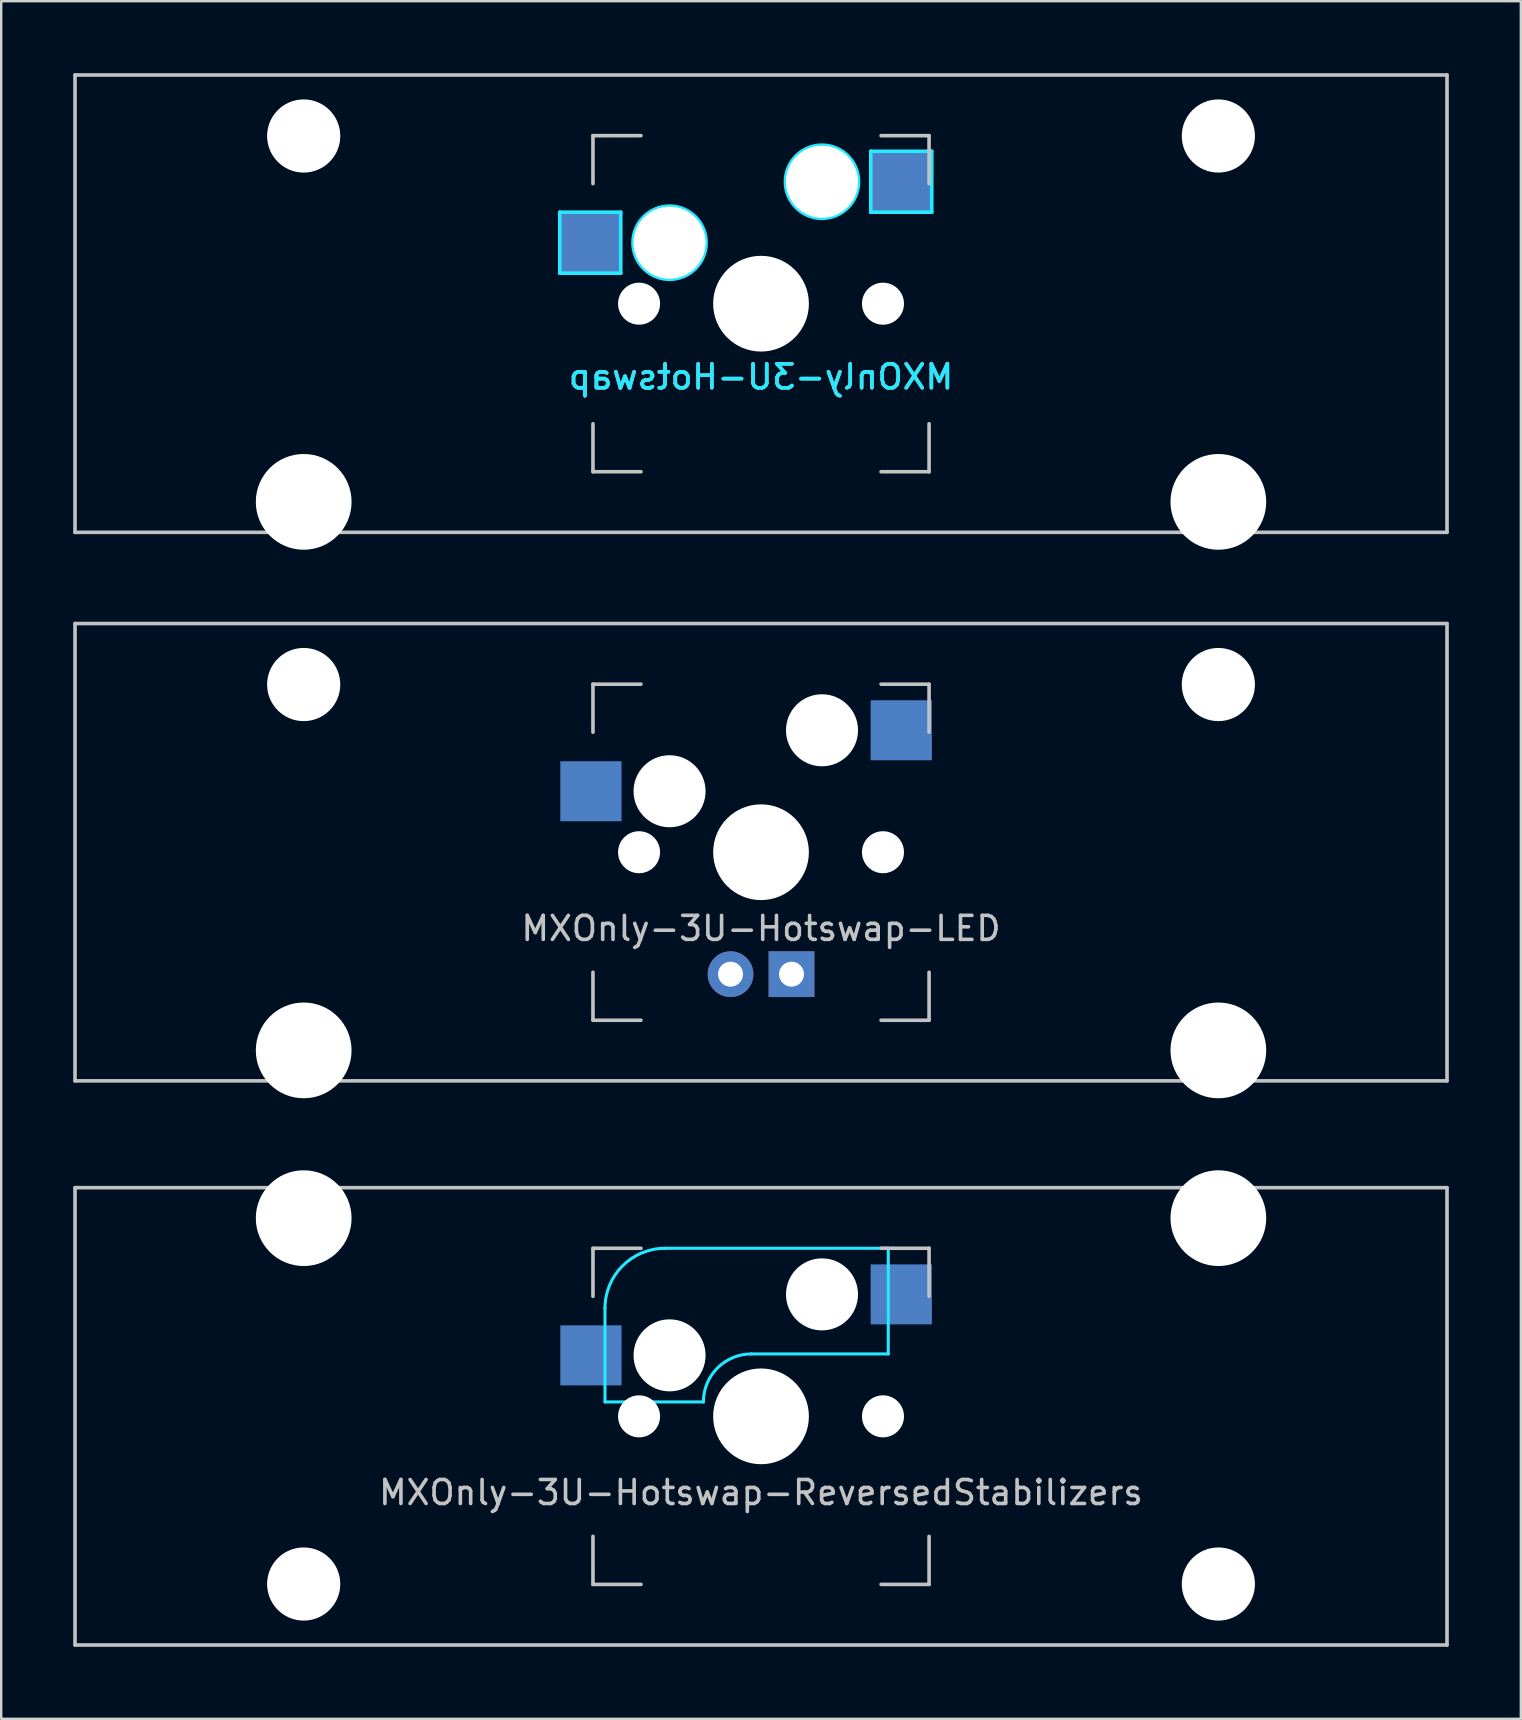
<source format=kicad_pcb>
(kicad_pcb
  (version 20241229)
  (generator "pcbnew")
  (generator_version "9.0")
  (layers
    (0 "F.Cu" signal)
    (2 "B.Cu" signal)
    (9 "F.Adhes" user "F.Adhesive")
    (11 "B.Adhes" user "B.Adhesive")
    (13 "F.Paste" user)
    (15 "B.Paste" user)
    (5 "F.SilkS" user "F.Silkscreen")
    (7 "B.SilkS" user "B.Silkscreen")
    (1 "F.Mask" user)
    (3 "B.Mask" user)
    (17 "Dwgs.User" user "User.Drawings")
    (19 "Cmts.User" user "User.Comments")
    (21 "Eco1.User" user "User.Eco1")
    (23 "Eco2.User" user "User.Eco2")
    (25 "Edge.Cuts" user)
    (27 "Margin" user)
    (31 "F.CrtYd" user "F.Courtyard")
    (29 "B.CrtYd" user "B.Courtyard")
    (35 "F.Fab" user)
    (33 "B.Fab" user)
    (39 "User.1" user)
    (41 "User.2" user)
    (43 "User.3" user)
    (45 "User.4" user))
  (footprint "MXOnly-3U-Hotswap-LED"
    (layer "F.Cu")
    (at 28.65 32.449)
    (property "Reference" "MXOnly-3U-Hotswap-LED" (at 0 3.175 0) (layer "Dwgs.User") (effects (font (size 1 1) (thickness 0.15))))
    (attr through_hole)
    (fp_line (start -28.575 -9.525) (end 28.575 -9.525) (stroke (width 0.15) (type solid)) (layer "Dwgs.User"))
    (fp_line (start -28.575 9.525) (end -28.575 -9.525) (stroke (width 0.15) (type solid)) (layer "Dwgs.User"))
    (fp_line (start -28.575 9.525) (end 28.575 9.525) (stroke (width 0.15) (type solid)) (layer "Dwgs.User"))
    (fp_line (start -7 -7) (end -7 -5) (stroke (width 0.15) (type solid)) (layer "Dwgs.User"))
    (fp_line (start -7 5) (end -7 7) (stroke (width 0.15) (type solid)) (layer "Dwgs.User"))
    (fp_line (start -7 7) (end -5 7) (stroke (width 0.15) (type solid)) (layer "Dwgs.User"))
    (fp_line (start -5 -7) (end -7 -7) (stroke (width 0.15) (type solid)) (layer "Dwgs.User"))
    (fp_line (start 5 -7) (end 7 -7) (stroke (width 0.15) (type solid)) (layer "Dwgs.User"))
    (fp_line (start 5 7) (end 7 7) (stroke (width 0.15) (type solid)) (layer "Dwgs.User"))
    (fp_line (start 7 -7) (end 7 -5) (stroke (width 0.15) (type solid)) (layer "Dwgs.User"))
    (fp_line (start 7 7) (end 7 5) (stroke (width 0.15) (type solid)) (layer "Dwgs.User"))
    (fp_line (start 28.575 -9.525) (end 28.575 9.525) (stroke (width 0.15) (type solid)) (layer "Dwgs.User"))
    (pad "" np_thru_hole circle (at -19.05 -6.985) (size 3.048 3.048) (drill 3.048) (layers "*.Cu" "*.Mask"))
    (pad "" np_thru_hole circle (at -19.05 8.255) (size 3.988 3.988) (drill 3.988) (layers "*.Cu" "*.Mask"))
    (pad "" np_thru_hole circle (at -5.08 0 48.1) (size 1.75 1.75) (drill 1.75) (layers "*.Cu" "*.Mask"))
    (pad "" np_thru_hole circle (at -3.81 -2.54) (size 3 3) (drill 3) (layers "*.Cu" "*.Mask"))
    (pad "" np_thru_hole circle (at 0 0) (size 3.988 3.988) (drill 3.988) (layers "*.Cu" "*.Mask"))
    (pad "" np_thru_hole circle (at 2.54 -5.08) (size 3 3) (drill 3) (layers "*.Cu" "*.Mask"))
    (pad "" np_thru_hole circle (at 5.08 0 48.1) (size 1.75 1.75) (drill 1.75) (layers "*.Cu" "*.Mask"))
    (pad "" np_thru_hole circle (at 19.05 -6.985) (size 3.048 3.048) (drill 3.048) (layers "*.Cu" "*.Mask"))
    (pad "" np_thru_hole circle (at 19.05 8.255) (size 3.988 3.988) (drill 3.988) (layers "*.Cu" "*.Mask"))
    (pad "1" smd rect (at -7.085 -2.54) (size 2.55 2.5) (layers "B.Cu" "B.Mask" "B.Paste"))
    (pad "2" smd rect (at 5.842 -5.08) (size 2.55 2.5) (layers "B.Cu" "B.Mask" "B.Paste"))
    (pad "3" thru_hole circle (at -1.27 5.08) (size 1.905 1.905) (drill 1.04) (layers "*.Cu" "B.Mask"))
    (pad "4" thru_hole rect (at 1.27 5.08) (size 1.905 1.905) (drill 1.04) (layers "*.Cu" "B.Mask")))
  (footprint "MXOnly-3U-Hotswap-ReversedStabilizers"
    (layer "F.Cu")
    (at 28.65 55.947)
    (property "Reference" "MXOnly-3U-Hotswap-ReversedStabilizers" (at 0 3.175 0) (layer "Dwgs.User") (effects (font (size 1 1) (thickness 0.15))))
    (attr through_hole)
    (fp_line (start -28.575 -9.525) (end 28.575 -9.525) (stroke (width 0.15) (type solid)) (layer "Dwgs.User"))
    (fp_line (start -28.575 9.525) (end -28.575 -9.525) (stroke (width 0.15) (type solid)) (layer "Dwgs.User"))
    (fp_line (start -28.575 9.525) (end 28.575 9.525) (stroke (width 0.15) (type solid)) (layer "Dwgs.User"))
    (fp_line (start -7 -7) (end -7 -5) (stroke (width 0.15) (type solid)) (layer "Dwgs.User"))
    (fp_line (start -7 5) (end -7 7) (stroke (width 0.15) (type solid)) (layer "Dwgs.User"))
    (fp_line (start -7 7) (end -5 7) (stroke (width 0.15) (type solid)) (layer "Dwgs.User"))
    (fp_line (start -5 -7) (end -7 -7) (stroke (width 0.15) (type solid)) (layer "Dwgs.User"))
    (fp_line (start 5 -7) (end 7 -7) (stroke (width 0.15) (type solid)) (layer "Dwgs.User"))
    (fp_line (start 5 7) (end 7 7) (stroke (width 0.15) (type solid)) (layer "Dwgs.User"))
    (fp_line (start 7 -7) (end 7 -5) (stroke (width 0.15) (type solid)) (layer "Dwgs.User"))
    (fp_line (start 7 7) (end 7 5) (stroke (width 0.15) (type solid)) (layer "Dwgs.User"))
    (fp_line (start 28.575 -9.525) (end 28.575 9.525) (stroke (width 0.15) (type solid)) (layer "Dwgs.User"))
    (fp_line (start -6.5 -4.5) (end -6.5 -0.6) (stroke (width 0.127) (type solid)) (layer "B.CrtYd"))
    (fp_line (start -6.5 -0.6) (end -2.4 -0.6) (stroke (width 0.127) (type solid)) (layer "B.CrtYd"))
    (fp_line (start -0.4 -2.6) (end 5.3 -2.6) (stroke (width 0.127) (type solid)) (layer "B.CrtYd"))
    (fp_line (start 5.3 -7) (end -4 -7) (stroke (width 0.127) (type solid)) (layer "B.CrtYd"))
    (fp_line (start 5.3 -7) (end 5.3 -2.6) (stroke (width 0.127) (type solid)) (layer "B.CrtYd"))
    (fp_arc (start -6.5 -4.5) (mid -5.767767 -6.267767) (end -4 -7) (stroke (width 0.127) (type solid)) (layer "B.CrtYd"))
    (fp_arc (start -2.4 -0.6) (mid -1.814214 -2.014214) (end -0.4 -2.6) (stroke (width 0.127) (type solid)) (layer "B.CrtYd"))
    (pad "" np_thru_hole circle (at -19.05 -8.255) (size 3.988 3.988) (drill 3.988) (layers "*.Cu" "*.Mask"))
    (pad "" np_thru_hole circle (at -19.05 6.985) (size 3.048 3.048) (drill 3.048) (layers "*.Cu" "*.Mask"))
    (pad "" np_thru_hole circle (at -5.08 0 48.1) (size 1.75 1.75) (drill 1.75) (layers "*.Cu" "*.Mask"))
    (pad "" np_thru_hole circle (at -3.81 -2.54) (size 3 3) (drill 3) (layers "*.Cu" "*.Mask"))
    (pad "" np_thru_hole circle (at 0 0) (size 3.988 3.988) (drill 3.988) (layers "*.Cu" "*.Mask"))
    (pad "" np_thru_hole circle (at 2.54 -5.08) (size 3 3) (drill 3) (layers "*.Cu" "*.Mask"))
    (pad "" np_thru_hole circle (at 5.08 0 48.1) (size 1.75 1.75) (drill 1.75) (layers "*.Cu" "*.Mask"))
    (pad "" np_thru_hole circle (at 19.05 -8.255) (size 3.988 3.988) (drill 3.988) (layers "*.Cu" "*.Mask"))
    (pad "" np_thru_hole circle (at 19.05 6.985) (size 3.048 3.048) (drill 3.048) (layers "*.Cu" "*.Mask"))
    (pad "1" smd rect (at -7.085 -2.54) (size 2.55 2.5) (layers "B.Cu" "B.Mask" "B.Paste"))
    (pad "2" smd rect (at 5.842 -5.08) (size 2.55 2.5) (layers "B.Cu" "B.Mask" "B.Paste")))
  (footprint "MXOnly-3U-Hotswap"
    (layer "F.Cu")
    (at 28.65 9.6)
    (property "Reference" "MXOnly-3U-Hotswap" (at 0 3.048 0) (layer "B.CrtYd") (effects (font (size 1 1) (thickness 0.15)) (justify mirror)))
    (attr smd)
    (fp_line (start -28.575 9.525) (end -28.575 -9.525) (stroke (width 0.15) (type solid)) (layer "Dwgs.User"))
    (fp_line (start -7 -7) (end -7 -5) (stroke (width 0.15) (type solid)) (layer "Dwgs.User"))
    (fp_line (start -7 5) (end -7 7) (stroke (width 0.15) (type solid)) (layer "Dwgs.User"))
    (fp_line (start -7 7) (end -5 7) (stroke (width 0.15) (type solid)) (layer "Dwgs.User"))
    (fp_line (start -5 -7) (end -7 -7) (stroke (width 0.15) (type solid)) (layer "Dwgs.User"))
    (fp_line (start 5 -7) (end 7 -7) (stroke (width 0.15) (type solid)) (layer "Dwgs.User"))
    (fp_line (start 5 7) (end 7 7) (stroke (width 0.15) (type solid)) (layer "Dwgs.User"))
    (fp_line (start 7 -7) (end 7 -5) (stroke (width 0.15) (type solid)) (layer "Dwgs.User"))
    (fp_line (start 7 7) (end 7 5) (stroke (width 0.15) (type solid)) (layer "Dwgs.User"))
    (fp_line (start 28.575 -9.525) (end -28.575 -9.525) (stroke (width 0.15) (type solid)) (layer "Dwgs.User"))
    (fp_line (start 28.575 -9.525) (end 28.575 9.525) (stroke (width 0.15) (type solid)) (layer "Dwgs.User"))
    (fp_line (start 28.575 9.525) (end -28.575 9.525) (stroke (width 0.15) (type solid)) (layer "Dwgs.User"))
    (fp_line (start -8.382 -3.81) (end -5.842 -3.81) (stroke (width 0.15) (type solid)) (layer "B.CrtYd"))
    (fp_line (start -8.382 -1.27) (end -8.382 -3.81) (stroke (width 0.15) (type solid)) (layer "B.CrtYd"))
    (fp_line (start -5.842 -3.81) (end -5.842 -1.27) (stroke (width 0.15) (type solid)) (layer "B.CrtYd"))
    (fp_line (start -5.842 -1.27) (end -8.382 -1.27) (stroke (width 0.15) (type solid)) (layer "B.CrtYd"))
    (fp_line (start 4.572 -6.35) (end 7.112 -6.35) (stroke (width 0.15) (type solid)) (layer "B.CrtYd"))
    (fp_line (start 4.572 -3.81) (end 4.572 -6.35) (stroke (width 0.15) (type solid)) (layer "B.CrtYd"))
    (fp_line (start 7.112 -6.35) (end 7.112 -3.81) (stroke (width 0.15) (type solid)) (layer "B.CrtYd"))
    (fp_line (start 7.112 -3.81) (end 4.572 -3.81) (stroke (width 0.15) (type solid)) (layer "B.CrtYd"))
    (fp_circle (center -3.81 -2.54) (end -3.81 -4.064) (stroke (width 0.15) (type solid)) (fill no) (layer "B.CrtYd"))
    (fp_circle (center 2.54 -5.08) (end 2.54 -6.604) (stroke (width 0.15) (type solid)) (fill no) (layer "B.CrtYd"))
    (fp_text user "${REFERENCE}" (at 0 3.048 0) (layer "B.SilkS") (effects (font (size 1 1) (thickness 0.15)) (justify mirror)))
    (pad "" np_thru_hole circle (at -19.05 -6.985) (size 3.048 3.048) (drill 3.048) (layers "*.Cu" "*.Mask"))
    (pad "" np_thru_hole circle (at -19.05 8.255) (size 3.988 3.988) (drill 3.988) (layers "*.Cu" "*.Mask"))
    (pad "" np_thru_hole circle (at -5.08 0 48.1) (size 1.75 1.75) (drill 1.75) (layers "*.Cu" "*.Mask"))
    (pad "" np_thru_hole circle (at -3.81 -2.54) (size 3 3) (drill 3) (layers "*.Cu" "*.Mask"))
    (pad "" np_thru_hole circle (at 0 0) (size 3.988 3.988) (drill 3.988) (layers "*.Cu" "*.Mask"))
    (pad "" np_thru_hole circle (at 2.54 -5.08) (size 3 3) (drill 3) (layers "*.Cu" "*.Mask"))
    (pad "" np_thru_hole circle (at 5.08 0 48.1) (size 1.75 1.75) (drill 1.75) (layers "*.Cu" "*.Mask"))
    (pad "" np_thru_hole circle (at 19.05 -6.985) (size 3.048 3.048) (drill 3.048) (layers "*.Cu" "*.Mask"))
    (pad "" np_thru_hole circle (at 19.05 8.255) (size 3.988 3.988) (drill 3.988) (layers "*.Cu" "*.Mask"))
    (pad "1" smd rect (at -7.085 -2.54) (size 2.55 2.5) (layers "B.Cu" "B.Mask" "B.Paste"))
    (pad "2" smd rect (at 5.842 -5.08) (size 2.55 2.5) (layers "B.Cu" "B.Mask" "B.Paste")))
  (gr_rect
    (start -3 -3)
    (end 60.3 68.547)
    (stroke (width 0.1) (type default))
    (fill no)
    (layer "Edge.Cuts")))
</source>
